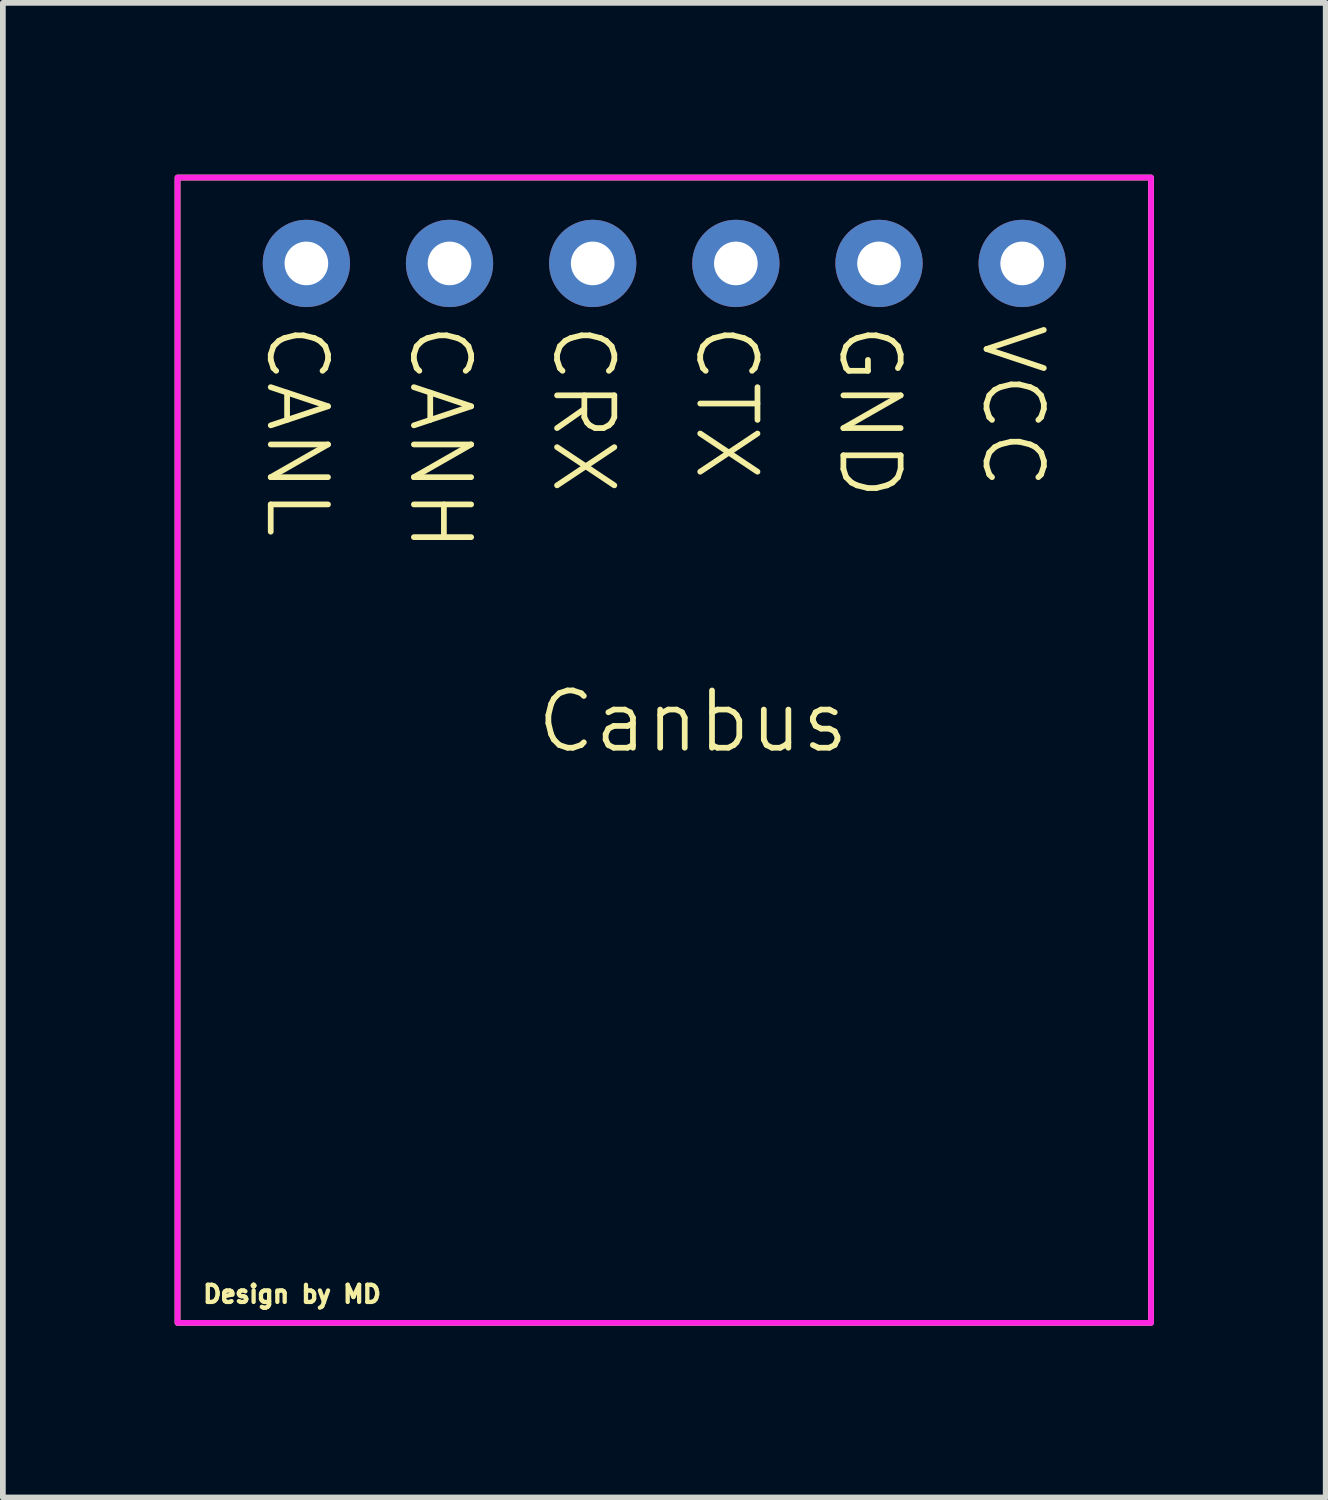
<source format=kicad_pcb>
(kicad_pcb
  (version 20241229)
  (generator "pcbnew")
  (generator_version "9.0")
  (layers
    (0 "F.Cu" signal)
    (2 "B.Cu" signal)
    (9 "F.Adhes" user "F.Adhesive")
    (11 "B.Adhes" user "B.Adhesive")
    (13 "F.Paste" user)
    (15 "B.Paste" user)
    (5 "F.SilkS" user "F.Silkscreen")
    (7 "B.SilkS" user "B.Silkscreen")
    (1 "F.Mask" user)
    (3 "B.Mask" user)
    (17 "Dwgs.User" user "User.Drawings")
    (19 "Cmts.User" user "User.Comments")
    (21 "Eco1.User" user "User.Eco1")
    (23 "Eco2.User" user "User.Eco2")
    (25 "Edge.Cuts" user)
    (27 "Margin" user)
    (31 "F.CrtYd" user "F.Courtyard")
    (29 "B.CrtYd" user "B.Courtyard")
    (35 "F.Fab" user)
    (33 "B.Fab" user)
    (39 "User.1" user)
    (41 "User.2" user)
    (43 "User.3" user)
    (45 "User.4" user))
  (footprint "Canbus"
    (layer "F.Cu")
    (at 9.05 9.05)
    (property "Reference" "Canbus" (at 0 0.5 0) (unlocked yes) (layer "F.SilkS") (effects (font (size 1 1) (thickness 0.1))))
    (attr through_hole)
    (fp_rect (start -9 -9) (end 8 11) (stroke (width 0.1) (type default)) (fill no) (layer "F.SilkS"))
    (fp_rect (start -9 -9) (end 8 11) (stroke (width 0.1) (type default)) (fill no) (layer "F.CrtYd"))
    (fp_text user "GND" (at 2.5 -6.5 270) (unlocked yes) (layer "F.SilkS") (effects (font (size 1 1) (thickness 0.1)) (justify left bottom)))
    (fp_text user "VCC" (at 5 -6.5 270) (unlocked yes) (layer "F.SilkS") (effects (font (size 1 1) (thickness 0.1)) (justify left bottom)))
    (fp_text user "Design by MD" (at -7 10.5 0) (unlocked yes) (layer "F.SilkS") (effects (font (size 0.3 0.3) (thickness 0.075))))
    (fp_text user "CANH" (at -5 -6.5 270) (unlocked yes) (layer "F.SilkS") (effects (font (size 1 1) (thickness 0.1)) (justify left bottom)))
    (fp_text user "CANL" (at -7.5 -6.5 270) (unlocked yes) (layer "F.SilkS") (effects (font (size 1 1) (thickness 0.1)) (justify left bottom)))
    (fp_text user "CTX" (at 0 -6.5 270) (unlocked yes) (layer "F.SilkS") (effects (font (size 1 1) (thickness 0.1)) (justify left bottom)))
    (fp_text user "CRX" (at -2.5 -6.5 270) (unlocked yes) (layer "F.SilkS") (effects (font (size 1 1) (thickness 0.1)) (justify left bottom)))
    (pad "1" thru_hole circle (at -6.75 -7.5) (size 1.524 1.524) (drill 0.762) (layers "*.Cu" "*.Mask"))
    (pad "2" thru_hole circle (at -4.25 -7.5) (size 1.524 1.524) (drill 0.762) (layers "*.Cu" "*.Mask"))
    (pad "3" thru_hole circle (at -1.75 -7.5) (size 1.524 1.524) (drill 0.762) (layers "*.Cu" "*.Mask"))
    (pad "4" thru_hole circle (at 0.75 -7.5) (size 1.524 1.524) (drill 0.762) (layers "*.Cu" "*.Mask"))
    (pad "5" thru_hole circle (at 3.25 -7.5) (size 1.524 1.524) (drill 0.762) (layers "*.Cu" "*.Mask"))
    (pad "6" thru_hole circle (at 5.75 -7.5) (size 1.524 1.524) (drill 0.762) (layers "*.Cu" "*.Mask")))
  (gr_rect
    (start -3 -3)
    (end 20.1 23.1)
    (stroke (width 0.1) (type default))
    (fill no)
    (layer "Edge.Cuts")))
</source>
